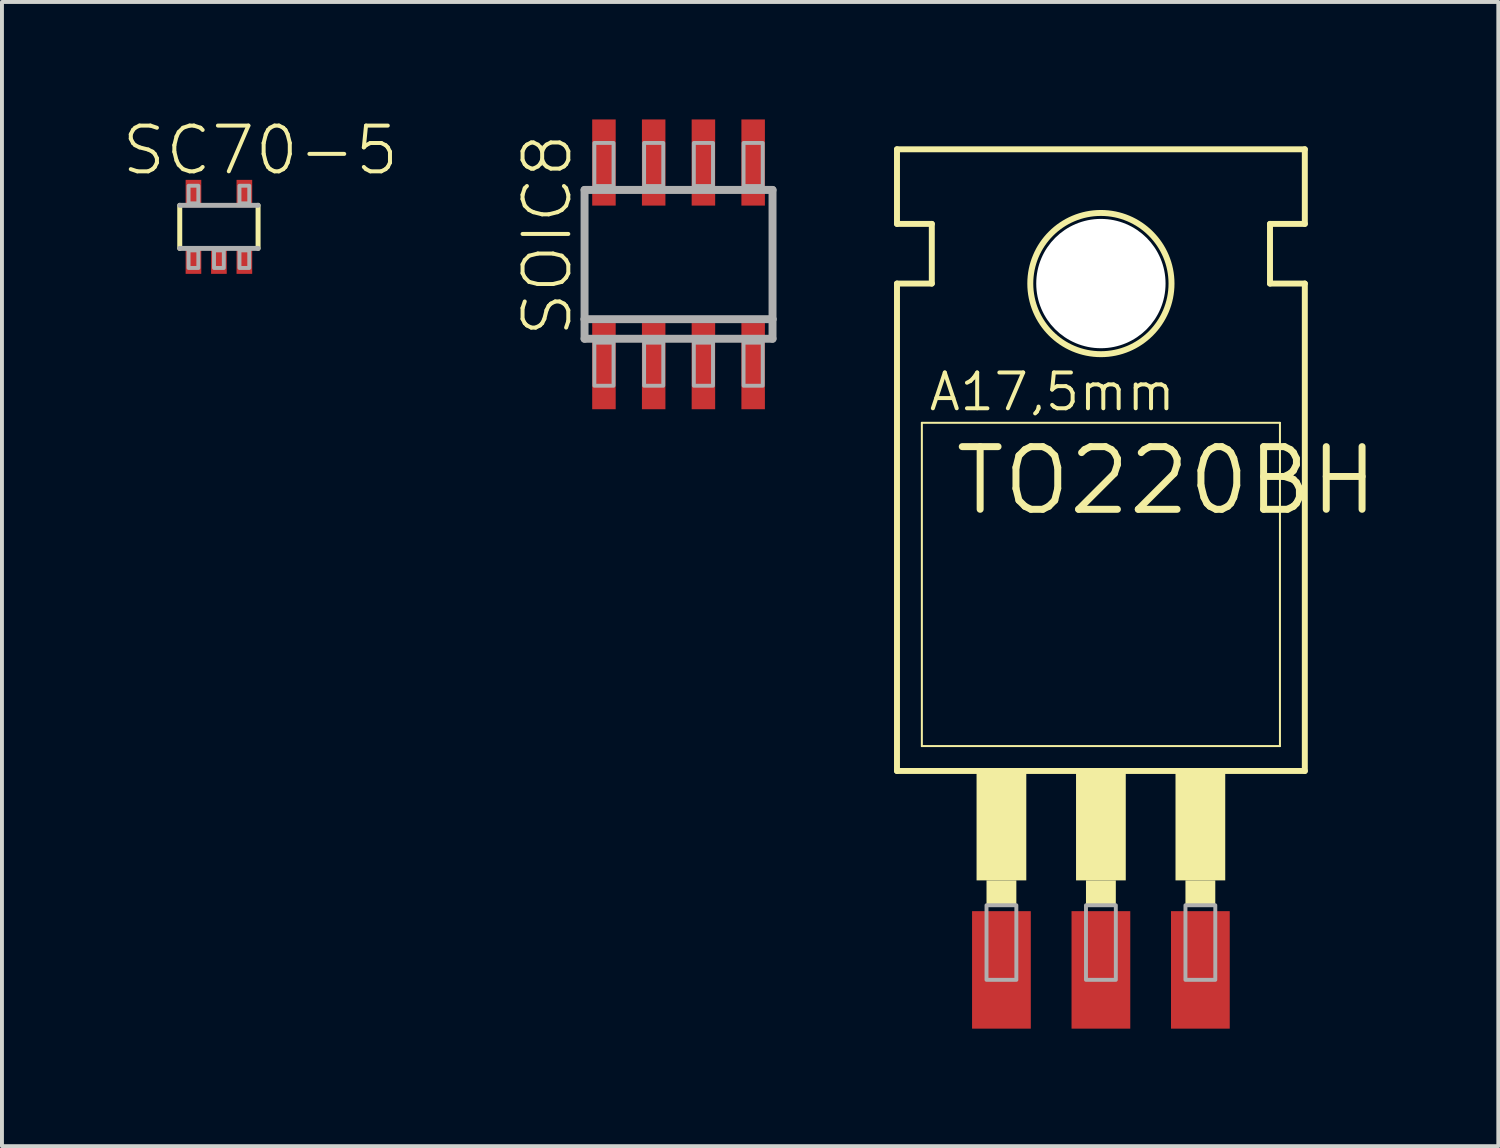
<source format=kicad_pcb>
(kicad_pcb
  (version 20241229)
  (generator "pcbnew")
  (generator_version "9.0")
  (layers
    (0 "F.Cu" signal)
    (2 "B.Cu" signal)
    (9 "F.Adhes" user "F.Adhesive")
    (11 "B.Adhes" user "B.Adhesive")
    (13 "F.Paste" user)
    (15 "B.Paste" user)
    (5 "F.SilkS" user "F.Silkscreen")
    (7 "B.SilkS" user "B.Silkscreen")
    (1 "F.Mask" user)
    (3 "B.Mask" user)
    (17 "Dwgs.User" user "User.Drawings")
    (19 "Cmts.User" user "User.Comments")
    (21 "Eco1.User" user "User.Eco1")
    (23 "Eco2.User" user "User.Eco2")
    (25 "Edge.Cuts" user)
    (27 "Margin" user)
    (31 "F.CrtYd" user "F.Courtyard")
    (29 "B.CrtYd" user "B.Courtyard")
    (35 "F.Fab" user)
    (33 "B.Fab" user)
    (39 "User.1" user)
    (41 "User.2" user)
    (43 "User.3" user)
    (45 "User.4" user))
  (footprint "TO220BH"
    (layer "F.Cu")
    (at 25.062 15.367)
    (property "Reference" "TO220BH" (at -3.81 -5.207 0) (unlocked yes) (layer "F.SilkS") (effects (font (size 1.6 1.6) (thickness 0.178)) (justify left bottom)))
    (fp_line (start -5.207 -12.7) (end -5.207 -14.605) (stroke (width 0.152) (type solid)) (layer "F.SilkS"))
    (fp_line (start -5.207 -11.176) (end -4.318 -11.176) (stroke (width 0.152) (type solid)) (layer "F.SilkS"))
    (fp_line (start -5.207 1.27) (end -5.207 -11.176) (stroke (width 0.152) (type solid)) (layer "F.SilkS"))
    (fp_line (start -5.207 1.27) (end 5.207 1.27) (stroke (width 0.152) (type solid)) (layer "F.SilkS"))
    (fp_line (start -4.572 0.635) (end -4.572 -7.62) (stroke (width 0.051) (type solid)) (layer "F.SilkS"))
    (fp_line (start -4.572 0.635) (end 4.572 0.635) (stroke (width 0.051) (type solid)) (layer "F.SilkS"))
    (fp_line (start -4.318 -12.7) (end -5.207 -12.7) (stroke (width 0.152) (type solid)) (layer "F.SilkS"))
    (fp_line (start -4.318 -11.176) (end -4.318 -12.7) (stroke (width 0.152) (type solid)) (layer "F.SilkS"))
    (fp_line (start 4.318 -12.7) (end 5.207 -12.7) (stroke (width 0.152) (type solid)) (layer "F.SilkS"))
    (fp_line (start 4.318 -11.176) (end 4.318 -12.7) (stroke (width 0.152) (type solid)) (layer "F.SilkS"))
    (fp_line (start 4.572 -7.62) (end -4.572 -7.62) (stroke (width 0.051) (type solid)) (layer "F.SilkS"))
    (fp_line (start 4.572 -7.62) (end 4.572 0.635) (stroke (width 0.051) (type solid)) (layer "F.SilkS"))
    (fp_line (start 5.207 -14.605) (end -5.207 -14.605) (stroke (width 0.152) (type solid)) (layer "F.SilkS"))
    (fp_line (start 5.207 -12.7) (end 5.207 -14.605) (stroke (width 0.152) (type solid)) (layer "F.SilkS"))
    (fp_line (start 5.207 -11.176) (end 4.318 -11.176) (stroke (width 0.152) (type solid)) (layer "F.SilkS"))
    (fp_line (start 5.207 1.27) (end 5.207 -11.176) (stroke (width 0.152) (type solid)) (layer "F.SilkS"))
    (fp_circle (center 0 -11.176) (end 1.803 -11.176) (stroke (width 0.152) (type solid)) (fill no) (layer "F.SilkS"))
    (fp_poly (pts (xy -3.175 4.064) (xy -1.905 4.064) (xy -1.905 1.27) (xy -3.175 1.27)) (stroke (width 0) (type default)) (fill yes) (layer "F.SilkS"))
    (fp_poly (pts (xy -2.921 4.699) (xy -2.159 4.699) (xy -2.159 4.064) (xy -2.921 4.064)) (stroke (width 0) (type default)) (fill yes) (layer "F.SilkS"))
    (fp_poly (pts (xy -0.635 4.064) (xy 0.635 4.064) (xy 0.635 1.27) (xy -0.635 1.27)) (stroke (width 0) (type default)) (fill yes) (layer "F.SilkS"))
    (fp_poly (pts (xy -0.381 4.699) (xy 0.381 4.699) (xy 0.381 4.064) (xy -0.381 4.064)) (stroke (width 0) (type default)) (fill yes) (layer "F.SilkS"))
    (fp_poly (pts (xy 1.905 4.064) (xy 3.175 4.064) (xy 3.175 1.27) (xy 1.905 1.27)) (stroke (width 0) (type default)) (fill yes) (layer "F.SilkS"))
    (fp_poly (pts (xy 2.159 4.699) (xy 2.921 4.699) (xy 2.921 4.064) (xy 2.159 4.064)) (stroke (width 0) (type default)) (fill yes) (layer "F.SilkS"))
    (fp_poly (pts (xy -2.921 6.604) (xy -2.159 6.604) (xy -2.159 4.699) (xy -2.921 4.699)) (stroke (width 0.1) (type default)) (fill no) (layer "F.Fab"))
    (fp_poly (pts (xy -0.381 6.604) (xy 0.381 6.604) (xy 0.381 4.699) (xy -0.381 4.699)) (stroke (width 0.1) (type default)) (fill no) (layer "F.Fab"))
    (fp_poly (pts (xy 2.159 6.604) (xy 2.921 6.604) (xy 2.921 4.699) (xy 2.159 4.699)) (stroke (width 0.1) (type default)) (fill no) (layer "F.Fab"))
    (fp_text user "A17,5mm" (at -4.445 -7.874 0) (unlocked yes) (layer "F.SilkS") (effects (font (size 0.914 0.914) (thickness 0.102)) (justify left bottom)))
    (pad "" np_thru_hole circle (at 0 -11.176) (size 3.302 3.302) (drill 3.302) (layers "*.Cu" "*.Mask"))
    (pad "P$1" smd rect (at -2.54 6.35 90) (size 3 1.5) (layers "F.Cu" "F.Mask" "F.Paste"))
    (pad "P$2" smd rect (at 0 6.35 90) (size 3 1.5) (layers "F.Cu" "F.Mask" "F.Paste"))
    (pad "P$3" smd rect (at 2.54 6.35 90) (size 3 1.5) (layers "F.Cu" "F.Mask" "F.Paste"))
    (zone (net_name "") (layers "F.Cu" "B.Cu") (hatch edge 0.5) (connect_pads) (min_thickness 0.25) (filled_areas_thickness no) (keepout (tracks allowed) (vias not_allowed) (pads allowed) (copperpour allowed) (footprints allowed)) (placement (enabled no)) (fill) (polygon (pts (xy 29.253 4.191) (xy 29.233 3.78) (xy 29.173 3.373) (xy 29.073 2.974) (xy 28.934 2.587) (xy 28.758 2.215) (xy 28.547 1.863) (xy 28.302 1.532) (xy 28.026 1.228) (xy 27.721 0.951) (xy 27.391 0.706) (xy 27.038 0.495) (xy 26.666 0.319) (xy 26.279 0.18) (xy 25.88 0.081) (xy 25.473 0.02) (xy 25.062 0) (xy 24.651 0.02) (xy 24.245 0.081) (xy 23.846 0.18) (xy 23.458 0.319) (xy 23.087 0.495) (xy 22.734 0.706) (xy 22.403 0.951) (xy 22.099 1.228) (xy 21.822 1.532) (xy 21.577 1.863) (xy 21.366 2.215) (xy 21.19 2.587) (xy 21.052 2.974) (xy 20.952 3.373) (xy 20.891 3.78) (xy 20.871 4.191) (xy 20.891 4.602) (xy 20.952 5.009) (xy 21.052 5.408) (xy 21.19 5.795) (xy 21.366 6.167) (xy 21.577 6.519) (xy 21.822 6.85) (xy 22.099 7.154) (xy 22.403 7.431) (xy 22.734 7.676) (xy 23.087 7.887) (xy 23.458 8.063) (xy 23.846 8.202) (xy 24.245 8.301) (xy 24.651 8.362) (xy 25.062 8.382) (xy 25.473 8.362) (xy 25.88 8.301) (xy 26.279 8.202) (xy 26.666 8.063) (xy 27.038 7.887) (xy 27.391 7.676) (xy 27.721 7.431) (xy 28.026 7.154) (xy 28.302 6.85) (xy 28.547 6.519) (xy 28.758 6.167) (xy 28.934 5.795) (xy 29.073 5.408) (xy 29.173 5.009) (xy 29.233 4.602))))
    (zone (net_name "") (layer "B.Cu") (hatch edge 0.5) (connect_pads) (min_thickness 0.25) (filled_areas_thickness no) (keepout (tracks not_allowed) (vias not_allowed) (pads not_allowed) (copperpour not_allowed) (footprints allowed)) (placement (enabled no)) (fill) (polygon (pts (xy 29.253 4.191) (xy 29.233 3.78) (xy 29.173 3.373) (xy 29.073 2.974) (xy 28.934 2.587) (xy 28.758 2.215) (xy 28.547 1.863) (xy 28.302 1.532) (xy 28.026 1.228) (xy 27.721 0.951) (xy 27.391 0.706) (xy 27.038 0.495) (xy 26.666 0.319) (xy 26.279 0.18) (xy 25.88 0.081) (xy 25.473 0.02) (xy 25.062 0) (xy 24.651 0.02) (xy 24.245 0.081) (xy 23.846 0.18) (xy 23.458 0.319) (xy 23.087 0.495) (xy 22.734 0.706) (xy 22.403 0.951) (xy 22.099 1.228) (xy 21.822 1.532) (xy 21.577 1.863) (xy 21.366 2.215) (xy 21.19 2.587) (xy 21.052 2.974) (xy 20.952 3.373) (xy 20.891 3.78) (xy 20.871 4.191) (xy 20.891 4.602) (xy 20.952 5.009) (xy 21.052 5.408) (xy 21.19 5.795) (xy 21.366 6.167) (xy 21.577 6.519) (xy 21.822 6.85) (xy 22.099 7.154) (xy 22.403 7.431) (xy 22.734 7.676) (xy 23.087 7.887) (xy 23.458 8.063) (xy 23.846 8.202) (xy 24.245 8.301) (xy 24.651 8.362) (xy 25.062 8.382) (xy 25.473 8.362) (xy 25.88 8.301) (xy 26.279 8.202) (xy 26.666 8.063) (xy 27.038 7.887) (xy 27.391 7.676) (xy 27.721 7.431) (xy 28.026 7.154) (xy 28.302 6.85) (xy 28.547 6.519) (xy 28.758 6.167) (xy 28.934 5.795) (xy 29.073 5.408) (xy 29.173 5.009) (xy 29.233 4.602)))))
  (footprint "SC70-5"
    (layer "F.Cu")
    (at 2.54 2.743)
    (property "Reference" "SC70-5" (at -2.54 -1.27 0) (unlocked yes) (layer "F.SilkS") (effects (font (size 1.168 1.168) (thickness 0.102)) (justify left bottom)))
    (fp_line (start -1 -0.55) (end -1 0.55) (stroke (width 0.127) (type solid)) (layer "F.SilkS"))
    (fp_line (start 1 0.55) (end 1 -0.55) (stroke (width 0.127) (type solid)) (layer "F.SilkS"))
    (fp_line (start -1 0.55) (end 1 0.55) (stroke (width 0.127) (type solid)) (layer "F.Fab"))
    (fp_line (start 1 -0.55) (end -1 -0.55) (stroke (width 0.127) (type solid)) (layer "F.Fab"))
    (fp_poly (pts (xy -0.775 -0.6) (xy -0.525 -0.6) (xy -0.525 -1.05) (xy -0.775 -1.05)) (stroke (width 0.1) (type default)) (fill no) (layer "F.Fab"))
    (fp_poly (pts (xy -0.775 1.05) (xy -0.525 1.05) (xy -0.525 0.6) (xy -0.775 0.6)) (stroke (width 0.1) (type default)) (fill no) (layer "F.Fab"))
    (fp_poly (pts (xy -0.125 1.05) (xy 0.125 1.05) (xy 0.125 0.6) (xy -0.125 0.6)) (stroke (width 0.1) (type default)) (fill no) (layer "F.Fab"))
    (fp_poly (pts (xy 0.525 -0.6) (xy 0.775 -0.6) (xy 0.775 -1.05) (xy 0.525 -1.05)) (stroke (width 0.1) (type default)) (fill no) (layer "F.Fab"))
    (fp_poly (pts (xy 0.525 1.05) (xy 0.775 1.05) (xy 0.775 0.6) (xy 0.525 0.6)) (stroke (width 0.1) (type default)) (fill no) (layer "F.Fab"))
    (pad "1" smd rect (at -0.65 0.85) (size 0.4 0.7) (layers "F.Cu" "F.Mask" "F.Paste"))
    (pad "2" smd rect (at 0 0.85) (size 0.4 0.7) (layers "F.Cu" "F.Mask" "F.Paste"))
    (pad "3" smd rect (at 0.65 0.85) (size 0.4 0.7) (layers "F.Cu" "F.Mask" "F.Paste"))
    (pad "4" smd rect (at 0.65 -0.85) (size 0.4 0.7) (layers "F.Cu" "F.Mask" "F.Paste"))
    (pad "5" smd rect (at -0.65 -0.85) (size 0.4 0.7) (layers "F.Cu" "F.Mask" "F.Paste")))
  (footprint "SOIC8"
    (layer "F.Cu")
    (at 14.277 3.7)
    (property "Reference" "SOIC8" (at -2.667 1.905 90) (unlocked yes) (layer "F.SilkS") (effects (font (size 1.168 1.168) (thickness 0.102)) (justify left bottom)))
    (fp_line (start -2.4 -1.9) (end 2.4 -1.9) (stroke (width 0.203) (type solid)) (layer "F.Fab"))
    (fp_line (start -2.4 1.4) (end -2.4 -1.9) (stroke (width 0.203) (type solid)) (layer "F.Fab"))
    (fp_line (start -2.4 1.9) (end -2.4 1.4) (stroke (width 0.203) (type solid)) (layer "F.Fab"))
    (fp_line (start 2.4 -1.9) (end 2.4 1.4) (stroke (width 0.203) (type solid)) (layer "F.Fab"))
    (fp_line (start 2.4 1.4) (end -2.4 1.4) (stroke (width 0.203) (type solid)) (layer "F.Fab"))
    (fp_line (start 2.4 1.4) (end 2.4 1.9) (stroke (width 0.203) (type solid)) (layer "F.Fab"))
    (fp_line (start 2.4 1.9) (end -2.4 1.9) (stroke (width 0.203) (type solid)) (layer "F.Fab"))
    (fp_poly (pts (xy -2.15 -2) (xy -1.66 -2) (xy -1.66 -3.1) (xy -2.15 -3.1)) (stroke (width 0.1) (type default)) (fill no) (layer "F.Fab"))
    (fp_poly (pts (xy -2.15 3.1) (xy -1.66 3.1) (xy -1.66 2) (xy -2.15 2)) (stroke (width 0.1) (type default)) (fill no) (layer "F.Fab"))
    (fp_poly (pts (xy -0.88 -2) (xy -0.39 -2) (xy -0.39 -3.1) (xy -0.88 -3.1)) (stroke (width 0.1) (type default)) (fill no) (layer "F.Fab"))
    (fp_poly (pts (xy -0.88 3.1) (xy -0.39 3.1) (xy -0.39 2) (xy -0.88 2)) (stroke (width 0.1) (type default)) (fill no) (layer "F.Fab"))
    (fp_poly (pts (xy 0.39 -2) (xy 0.88 -2) (xy 0.88 -3.1) (xy 0.39 -3.1)) (stroke (width 0.1) (type default)) (fill no) (layer "F.Fab"))
    (fp_poly (pts (xy 0.39 3.1) (xy 0.88 3.1) (xy 0.88 2) (xy 0.39 2)) (stroke (width 0.1) (type default)) (fill no) (layer "F.Fab"))
    (fp_poly (pts (xy 1.66 -2) (xy 2.15 -2) (xy 2.15 -3.1) (xy 1.66 -3.1)) (stroke (width 0.1) (type default)) (fill no) (layer "F.Fab"))
    (fp_poly (pts (xy 1.66 3.1) (xy 2.15 3.1) (xy 2.15 2) (xy 1.66 2)) (stroke (width 0.1) (type default)) (fill no) (layer "F.Fab"))
    (pad "1" smd rect (at -1.905 2.6) (size 0.6 2.2) (layers "F.Cu" "F.Mask" "F.Paste"))
    (pad "2" smd rect (at -0.635 2.6) (size 0.6 2.2) (layers "F.Cu" "F.Mask" "F.Paste"))
    (pad "3" smd rect (at 0.635 2.6) (size 0.6 2.2) (layers "F.Cu" "F.Mask" "F.Paste"))
    (pad "4" smd rect (at 1.905 2.6) (size 0.6 2.2) (layers "F.Cu" "F.Mask" "F.Paste"))
    (pad "5" smd rect (at 1.905 -2.6) (size 0.6 2.2) (layers "F.Cu" "F.Mask" "F.Paste"))
    (pad "6" smd rect (at 0.635 -2.6) (size 0.6 2.2) (layers "F.Cu" "F.Mask" "F.Paste"))
    (pad "7" smd rect (at -0.635 -2.6) (size 0.6 2.2) (layers "F.Cu" "F.Mask" "F.Paste"))
    (pad "8" smd rect (at -1.905 -2.6) (size 0.6 2.2) (layers "F.Cu" "F.Mask" "F.Paste")))
  (gr_rect
    (start -3 -3)
    (end 35.21 26.217)
    (stroke (width 0.1) (type default))
    (fill no)
    (layer "Edge.Cuts")))
</source>
